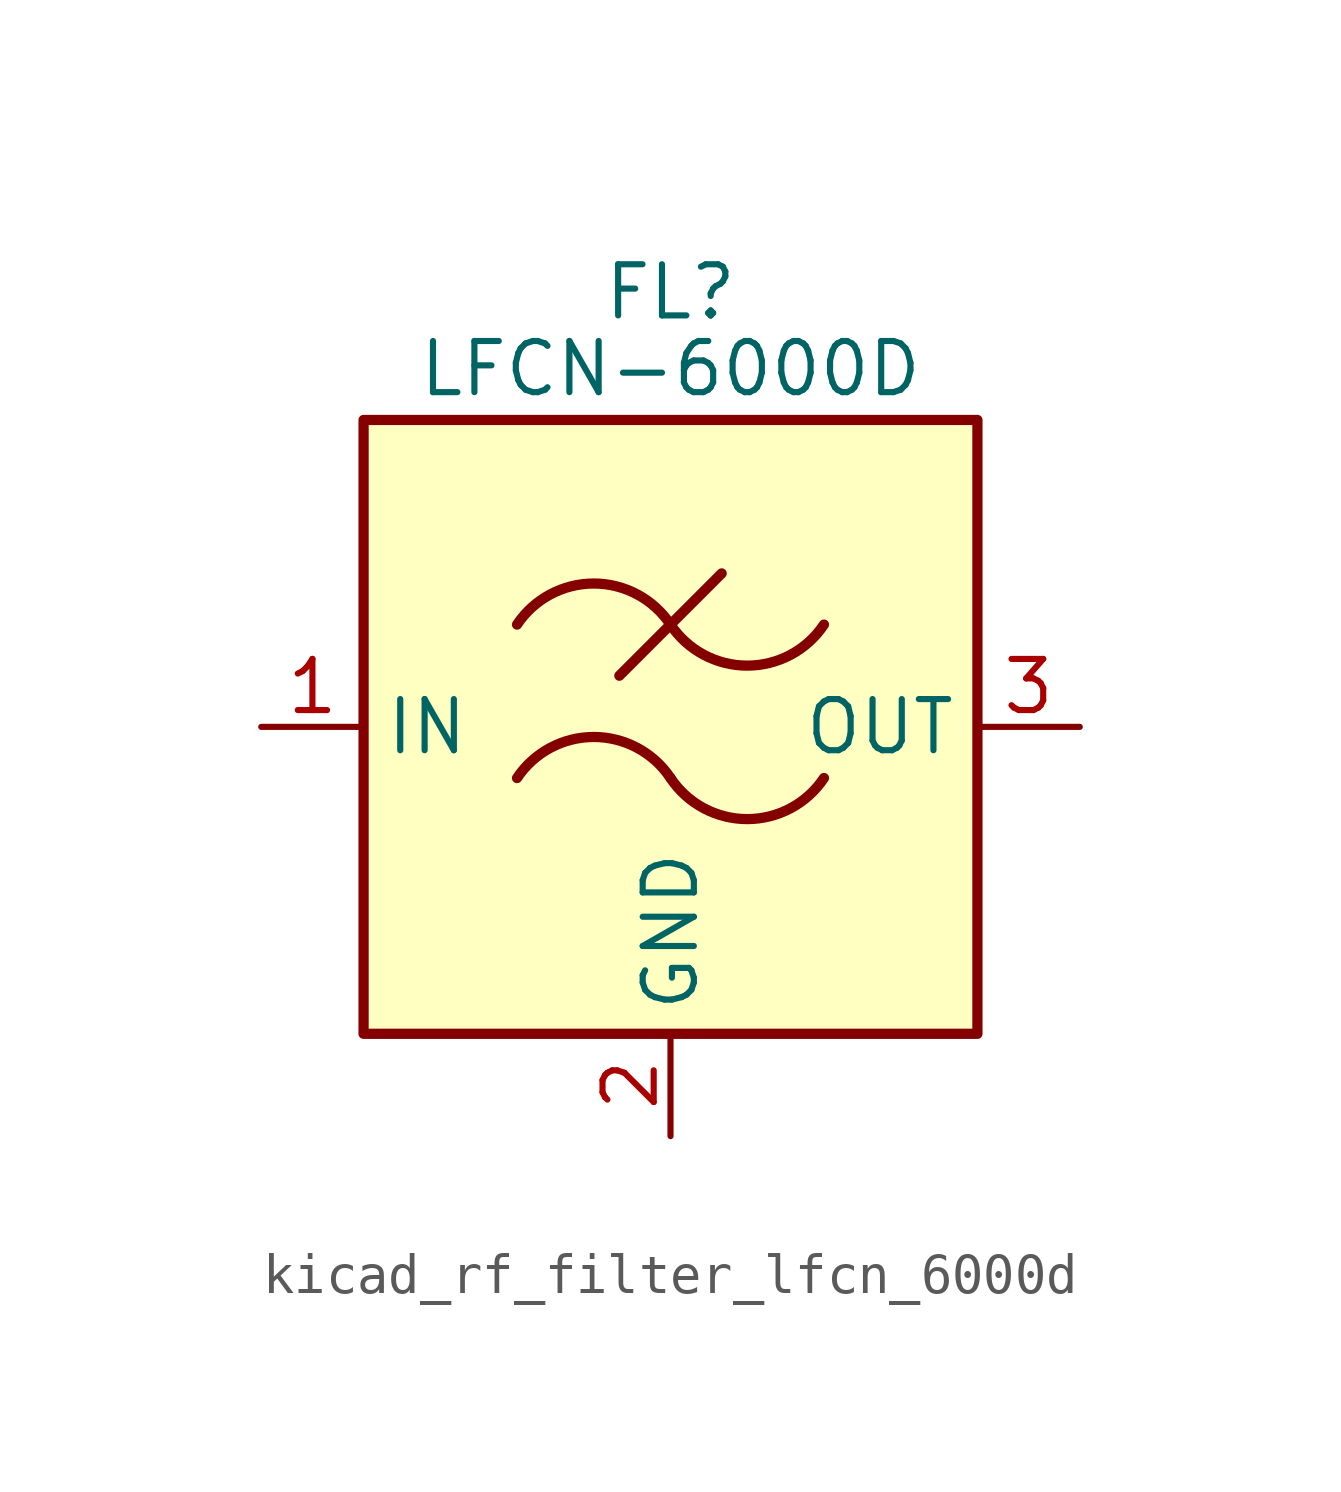
<source format=kicad_sym>
(kicad_symbol_lib
  (version 20220914)
  (generator kicad_symbol_editor)
  (symbol "kicad_rf_filter_lfcn_6000d"
    (property "Reference" "FL"
      (at 0 10.795 0)
      (effects (font (size 1.27 1.27))))
    (property "Value" "LFCN-6000D"
      (at 0 8.89 0)
      (effects (font (size 1.27 1.27))))
    (symbol "kicad_rf_filter_lfcn_6000d_0_1"
      (rectangle (start -7.62 7.62) (end 7.62 -7.62) (stroke (width 0.254) (type default)) (fill (type background)))
      (arc (start 0 -1.27) (mid -1.905 -0.2505) (end -3.81 -1.27) (stroke (width 0.254) (type default)) (fill (type none)))
      (arc (start 0 -1.27) (mid 1.905 -2.2895) (end 3.81 -1.27) (stroke (width 0.254) (type default)) (fill (type none)))
      (polyline (pts (xy -1.27 1.27) (xy 1.27 3.81)) (stroke (width 0.254) (type default)) (fill (type none)))
      (arc (start 0 2.54) (mid -1.905 3.5595) (end -3.81 2.54) (stroke (width 0.254) (type default)) (fill (type none)))
      (arc (start 0 2.54) (mid 1.905 1.5205) (end 3.81 2.54) (stroke (width 0.254) (type default)) (fill (type none))))
    (symbol "kicad_rf_filter_lfcn_6000d_1_1"
      (pin passive line (at -10.16 0 0) (length 2.54) (name "IN" (effects (font (size 1.27 1.27)))) (number "1" (effects (font (size 1.27 1.27)))))
      (pin passive line (at 0 -10.16 90) (length 2.54) (name "GND" (effects (font (size 1.27 1.27)))) (number "2" (effects (font (size 1.27 1.27)))))
      (pin passive line (at 10.16 0 180) (length 2.54) (name "OUT" (effects (font (size 1.27 1.27)))) (number "3" (effects (font (size 1.27 1.27)))))
      (pin passive line (at 0 -10.16 90) (length 2.54) hide (name "GND" (effects (font (size 1.27 1.27)))) (number "4" (effects (font (size 1.27 1.27))))))))
</source>
